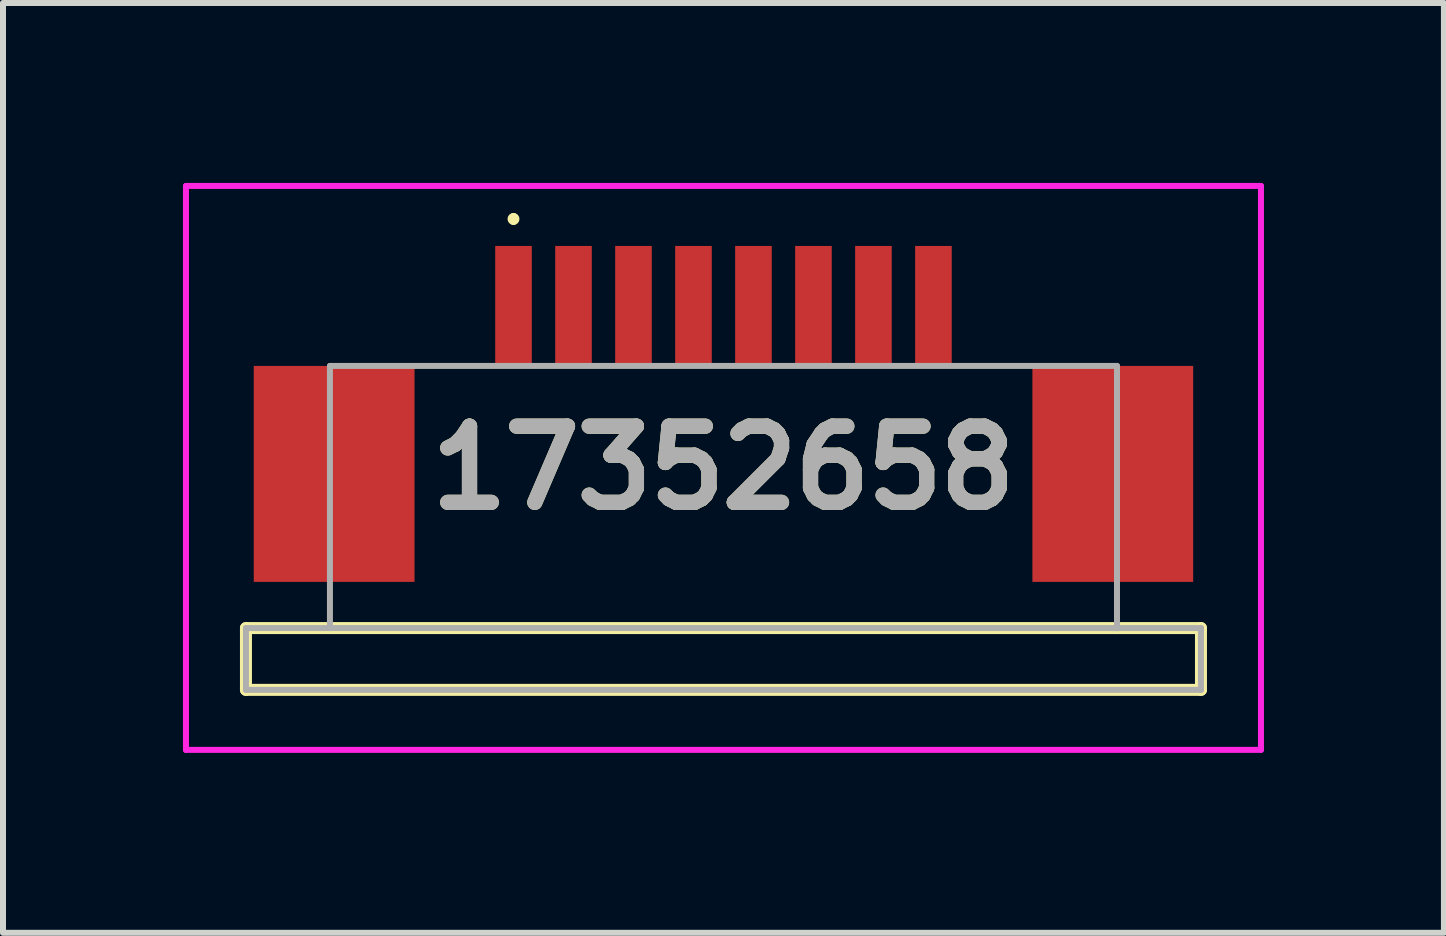
<source format=kicad_pcb>
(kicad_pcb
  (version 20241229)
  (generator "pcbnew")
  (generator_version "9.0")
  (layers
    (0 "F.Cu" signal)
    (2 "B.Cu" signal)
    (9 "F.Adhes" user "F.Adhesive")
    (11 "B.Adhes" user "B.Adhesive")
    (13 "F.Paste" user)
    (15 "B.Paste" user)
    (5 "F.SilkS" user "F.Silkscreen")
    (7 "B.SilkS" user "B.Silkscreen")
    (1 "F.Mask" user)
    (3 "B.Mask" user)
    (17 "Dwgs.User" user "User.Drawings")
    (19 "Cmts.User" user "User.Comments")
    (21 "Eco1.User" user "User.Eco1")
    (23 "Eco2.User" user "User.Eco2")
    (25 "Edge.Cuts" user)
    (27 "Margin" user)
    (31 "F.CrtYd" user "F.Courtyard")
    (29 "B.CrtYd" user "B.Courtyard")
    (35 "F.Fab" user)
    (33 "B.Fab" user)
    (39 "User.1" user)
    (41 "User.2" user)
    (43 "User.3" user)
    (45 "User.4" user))
  (footprint "17352658"
    (layer "F.Cu")
    (at 9.01 5.25)
    (property "Reference" "17352658" (at 0 -0.5 0) (layer "F.SilkS") (effects (font (size 1.27 1.27) (thickness 0.254))))
    (attr smd)
    (fp_line (start -7.96 2.17) (end -7.96 3.2) (stroke (width 0.2) (type solid)) (layer "F.SilkS"))
    (fp_line (start -7.96 3.2) (end 7.96 3.2) (stroke (width 0.2) (type solid)) (layer "F.SilkS"))
    (fp_line (start -6.56 2.17) (end -7.96 2.17) (stroke (width 0.2) (type solid)) (layer "F.SilkS"))
    (fp_line (start -6.56 2.17) (end 6.56 2.17) (stroke (width 0.2) (type solid)) (layer "F.SilkS"))
    (fp_line (start -3.5 -4.7) (end -3.5 -4.7) (stroke (width 0.1) (type solid)) (layer "F.SilkS"))
    (fp_line (start -3.5 -4.6) (end -3.5 -4.6) (stroke (width 0.1) (type solid)) (layer "F.SilkS"))
    (fp_line (start 7.96 2.17) (end 6.56 2.17) (stroke (width 0.2) (type solid)) (layer "F.SilkS"))
    (fp_line (start 7.96 3.2) (end 7.96 2.17) (stroke (width 0.2) (type solid)) (layer "F.SilkS"))
    (fp_arc (start -3.5 -4.7) (mid -3.45 -4.65) (end -3.5 -4.6) (stroke (width 0.1) (type solid)) (layer "F.SilkS"))
    (fp_arc (start -3.5 -4.6) (mid -3.55 -4.65) (end -3.5 -4.7) (stroke (width 0.1) (type solid)) (layer "F.SilkS"))
    (fp_line (start -8.96 -5.2) (end 8.96 -5.2) (stroke (width 0.1) (type solid)) (layer "F.CrtYd"))
    (fp_line (start -8.96 4.2) (end -8.96 -5.2) (stroke (width 0.1) (type solid)) (layer "F.CrtYd"))
    (fp_line (start 8.96 -5.2) (end 8.96 4.2) (stroke (width 0.1) (type solid)) (layer "F.CrtYd"))
    (fp_line (start 8.96 4.2) (end -8.96 4.2) (stroke (width 0.1) (type solid)) (layer "F.CrtYd"))
    (fp_line (start -7.96 2.17) (end -7.96 3.2) (stroke (width 0.1) (type solid)) (layer "F.Fab"))
    (fp_line (start -7.96 3.2) (end 7.96 3.2) (stroke (width 0.1) (type solid)) (layer "F.Fab"))
    (fp_line (start -6.56 -2.2) (end 6.56 -2.2) (stroke (width 0.1) (type solid)) (layer "F.Fab"))
    (fp_line (start -6.56 2.17) (end -7.96 2.17) (stroke (width 0.1) (type solid)) (layer "F.Fab"))
    (fp_line (start -6.56 2.17) (end -6.56 -2.2) (stroke (width 0.1) (type solid)) (layer "F.Fab"))
    (fp_line (start 6.56 -2.2) (end 6.56 2.17) (stroke (width 0.1) (type solid)) (layer "F.Fab"))
    (fp_line (start 6.56 2.17) (end -6.56 2.17) (stroke (width 0.1) (type solid)) (layer "F.Fab"))
    (fp_line (start 7.96 2.17) (end 6.49 2.17) (stroke (width 0.1) (type solid)) (layer "F.Fab"))
    (fp_line (start 7.96 3.2) (end 7.96 2.17) (stroke (width 0.1) (type solid)) (layer "F.Fab"))
    (fp_text user "${REFERENCE}" (at 0 -0.5 0) (layer "F.Fab") (effects (font (size 1.27 1.27) (thickness 0.254))))
    (pad "1" smd rect (at -3.5 -3.2) (size 0.61 2) (layers "F.Cu" "F.Mask" "F.Paste"))
    (pad "2" smd rect (at -2.5 -3.2) (size 0.61 2) (layers "F.Cu" "F.Mask" "F.Paste"))
    (pad "3" smd rect (at -1.5 -3.2) (size 0.61 2) (layers "F.Cu" "F.Mask" "F.Paste"))
    (pad "4" smd rect (at -0.5 -3.2) (size 0.61 2) (layers "F.Cu" "F.Mask" "F.Paste"))
    (pad "5" smd rect (at 0.5 -3.2) (size 0.61 2) (layers "F.Cu" "F.Mask" "F.Paste"))
    (pad "6" smd rect (at 1.5 -3.2) (size 0.61 2) (layers "F.Cu" "F.Mask" "F.Paste"))
    (pad "7" smd rect (at 2.5 -3.2) (size 0.61 2) (layers "F.Cu" "F.Mask" "F.Paste"))
    (pad "8" smd rect (at 3.5 -3.2) (size 0.61 2) (layers "F.Cu" "F.Mask" "F.Paste"))
    (pad "MP1" smd rect (at -6.49 -0.4) (size 2.68 3.6) (layers "F.Cu" "F.Mask" "F.Paste"))
    (pad "MP2" smd rect (at 6.49 -0.4) (size 2.68 3.6) (layers "F.Cu" "F.Mask" "F.Paste")))
  (gr_rect
    (start -3 -3)
    (end 21.02 12.5)
    (stroke (width 0.1) (type default))
    (fill no)
    (layer "Edge.Cuts")))
</source>
